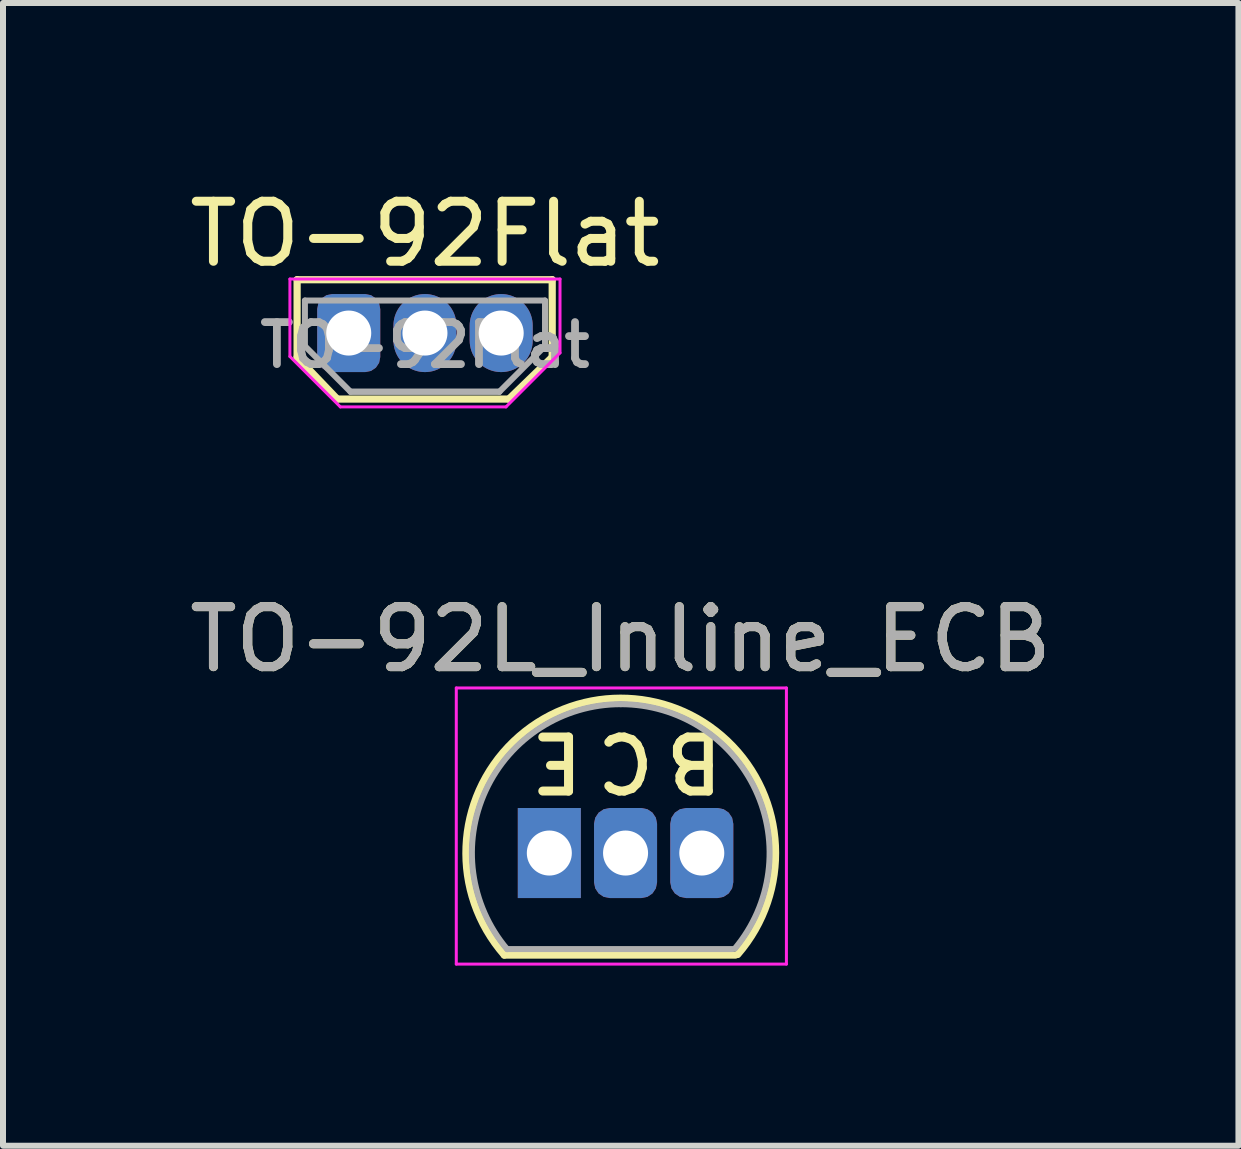
<source format=kicad_pcb>
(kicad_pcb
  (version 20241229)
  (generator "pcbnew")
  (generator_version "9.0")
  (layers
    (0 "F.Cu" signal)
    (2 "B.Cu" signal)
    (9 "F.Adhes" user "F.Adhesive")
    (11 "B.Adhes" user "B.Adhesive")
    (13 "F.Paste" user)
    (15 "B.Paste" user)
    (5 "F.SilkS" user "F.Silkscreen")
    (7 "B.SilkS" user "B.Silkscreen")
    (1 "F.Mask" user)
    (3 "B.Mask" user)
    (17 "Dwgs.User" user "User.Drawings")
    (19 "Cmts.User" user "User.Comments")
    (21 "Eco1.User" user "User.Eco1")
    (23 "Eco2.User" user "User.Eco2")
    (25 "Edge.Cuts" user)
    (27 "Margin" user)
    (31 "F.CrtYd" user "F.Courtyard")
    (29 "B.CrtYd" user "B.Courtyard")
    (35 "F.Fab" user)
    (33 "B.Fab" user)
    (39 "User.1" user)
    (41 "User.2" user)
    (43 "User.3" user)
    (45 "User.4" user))
  (footprint "TO-92L_Inline_ECB"
    (layer "F.Cu")
    (at 6.102 11.162)
    (property "Reference" "TO-92L_Inline_ECB" (at 1.19 -3.56 0) (layer "F.SilkS") (effects (font (size 1 1) (thickness 0.15))))
    (fp_line (start -0.75 1.7) (end 3.1 1.7) (stroke (width 0.12) (type solid)) (layer "F.SilkS"))
    (fp_arc (start -0.75 1.7) (mid 1.183448 -2.579449) (end 3.138611 1.690122) (stroke (width 0.12) (type solid)) (layer "F.SilkS"))
    (fp_line (start -1.55 -2.75) (end -1.55 1.85) (stroke (width 0.05) (type solid)) (layer "F.CrtYd"))
    (fp_line (start -1.55 -2.75) (end 3.95 -2.75) (stroke (width 0.05) (type solid)) (layer "F.CrtYd"))
    (fp_line (start 3.95 1.85) (end -1.55 1.85) (stroke (width 0.05) (type solid)) (layer "F.CrtYd"))
    (fp_line (start 3.95 1.85) (end 3.95 -2.75) (stroke (width 0.05) (type solid)) (layer "F.CrtYd"))
    (fp_line (start -0.7 1.6) (end 3.05 1.6) (stroke (width 0.1) (type solid)) (layer "F.Fab"))
    (fp_arc (start -0.702818 1.602385) (mid -1.059924 -1.043188) (end 1.19 -2.48) (stroke (width 0.1) (type solid)) (layer "F.Fab"))
    (fp_arc (start 1.19 -2.48) (mid 3.437211 -1.049019) (end 3.091103 1.592547) (stroke (width 0.1) (type solid)) (layer "F.Fab"))
    (fp_text user "C" (at 1.27 -1.524 180) (unlocked yes) (layer "F.SilkS") (effects (font (size 0.9 0.9) (thickness 0.15))))
    (fp_text user "E" (at 0.127 -1.524 180) (unlocked yes) (layer "F.SilkS") (effects (font (size 0.9 0.9) (thickness 0.15))))
    (fp_text user "B" (at 2.413 -1.524 180) (unlocked yes) (layer "F.SilkS") (effects (font (size 0.9 0.9) (thickness 0.15))))
    (fp_text user "${REFERENCE}" (at 1.19 -3.56 0) (layer "F.Fab") (effects (font (size 1 1) (thickness 0.15))))
    (pad "1" thru_hole rect (at 0 0) (size 1.05 1.5) (drill 0.75) (layers "*.Cu" "*.Mask"))
    (pad "2" thru_hole roundrect (at 1.27 0) (size 1.05 1.5) (drill 0.75) (layers "*.Cu" "*.Mask") (roundrect_rratio 0.25))
    (pad "3" thru_hole roundrect (at 2.54 0) (size 1.05 1.5) (drill 0.75) (layers "*.Cu" "*.Mask") (roundrect_rratio 0.25)))
  (footprint "TO-92Flat"
    (layer "F.Cu")
    (at 2.76 2.499)
    (property "Reference" "TO-92Flat" (at 1.27 -1.651 0) (layer "F.SilkS") (effects (font (size 1 1) (thickness 0.15))))
    (attr through_hole)
    (fp_line (start -0.86 0.4) (end -0.86 -0.889) (stroke (width 0.12) (type solid)) (layer "F.SilkS"))
    (fp_line (start -0.191 1.1) (end -0.86 0.4) (stroke (width 0.12) (type solid)) (layer "F.SilkS"))
    (fp_line (start -0.191 1.1) (end 2.667 1.1) (stroke (width 0.12) (type solid)) (layer "F.SilkS"))
    (fp_line (start 3.39 -0.889) (end -0.86 -0.889) (stroke (width 0.12) (type solid)) (layer "F.SilkS"))
    (fp_line (start 3.39 -0.889) (end 3.39 0.4) (stroke (width 0.12) (type solid)) (layer "F.SilkS"))
    (fp_line (start 3.39 0.4) (end 2.667 1.1) (stroke (width 0.12) (type solid)) (layer "F.SilkS"))
    (fp_line (start -0.98 -0.9) (end 3.52 -0.9) (stroke (width 0.05) (type solid)) (layer "F.CrtYd"))
    (fp_line (start -0.98 0.39) (end -0.98 -0.9) (stroke (width 0.05) (type solid)) (layer "F.CrtYd"))
    (fp_line (start -0.14 1.23) (end -0.98 0.39) (stroke (width 0.05) (type solid)) (layer "F.CrtYd"))
    (fp_line (start 2.62 1.23) (end -0.14 1.23) (stroke (width 0.05) (type solid)) (layer "F.CrtYd"))
    (fp_line (start 3.52 -0.9) (end 3.52 0.33) (stroke (width 0.05) (type solid)) (layer "F.CrtYd"))
    (fp_line (start 3.52 0.33) (end 2.62 1.23) (stroke (width 0.05) (type solid)) (layer "F.CrtYd"))
    (fp_line (start -0.73 -0.542) (end -0.73 0.217) (stroke (width 0.1) (type solid)) (layer "F.Fab"))
    (fp_line (start 0.03 0.978) (end -0.73 0.217) (stroke (width 0.1) (type solid)) (layer "F.Fab"))
    (fp_line (start 2.51 0.978) (end 0.03 0.978) (stroke (width 0.1) (type solid)) (layer "F.Fab"))
    (fp_line (start 2.51 0.978) (end 0.03 0.978) (stroke (width 0.1) (type solid)) (layer "F.Fab"))
    (fp_line (start 3.27 -0.542) (end -0.73 -0.542) (stroke (width 0.1) (type solid)) (layer "F.Fab"))
    (fp_line (start 3.27 -0.542) (end 3.27 0.217) (stroke (width 0.1) (type solid)) (layer "F.Fab"))
    (fp_line (start 3.27 0.217) (end 2.51 0.978) (stroke (width 0.1) (type solid)) (layer "F.Fab"))
    (fp_text user "${REFERENCE}" (at 1.27 0.2 0) (layer "F.Fab") (effects (font (size 0.7 0.7) (thickness 0.13))))
    (pad "1" thru_hole roundrect (at 0 0) (size 1.05 1.3) (drill 0.75) (layers "*.Cu" "*.Mask") (roundrect_rratio 0.238))
    (pad "2" thru_hole oval (at 1.27 0) (size 1.05 1.3) (drill 0.75) (layers "*.Cu" "*.Mask"))
    (pad "3" thru_hole oval (at 2.54 0) (size 1.05 1.3) (drill 0.75) (layers "*.Cu" "*.Mask")))
  (gr_rect
    (start -3 -3)
    (end 17.583 16.038)
    (stroke (width 0.1) (type default))
    (fill no)
    (layer "Edge.Cuts")))
</source>
